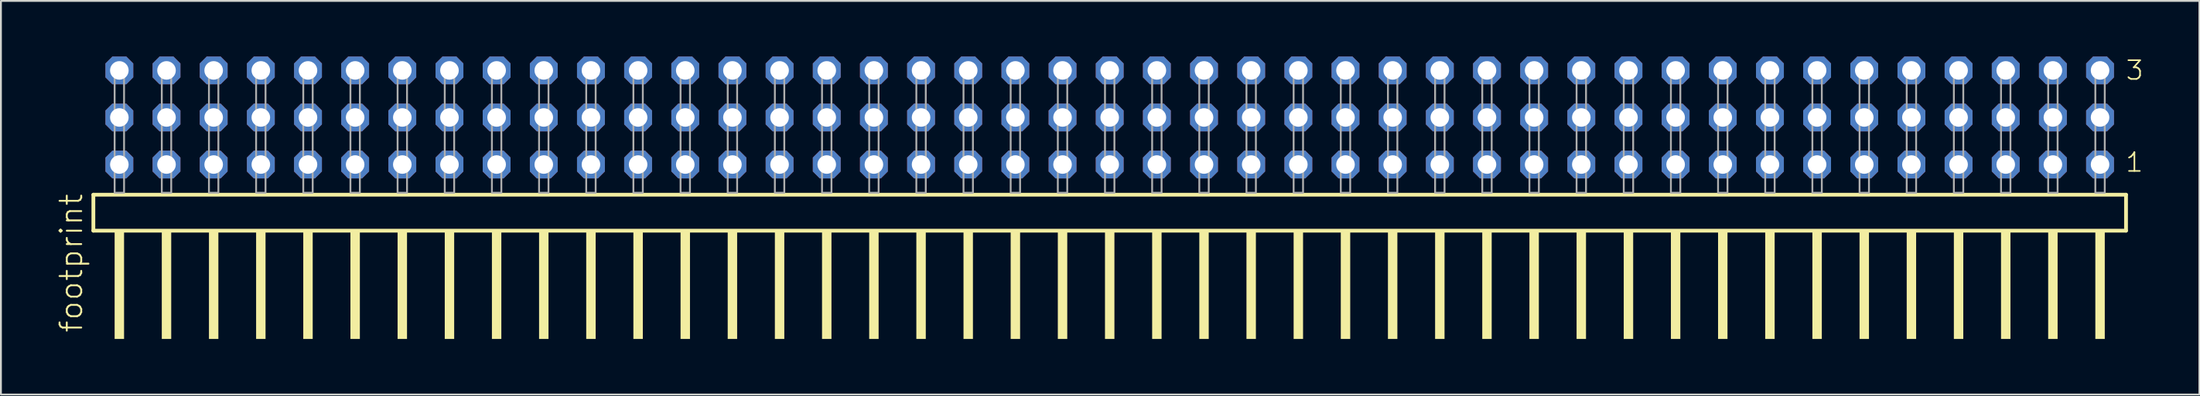
<source format=kicad_pcb>
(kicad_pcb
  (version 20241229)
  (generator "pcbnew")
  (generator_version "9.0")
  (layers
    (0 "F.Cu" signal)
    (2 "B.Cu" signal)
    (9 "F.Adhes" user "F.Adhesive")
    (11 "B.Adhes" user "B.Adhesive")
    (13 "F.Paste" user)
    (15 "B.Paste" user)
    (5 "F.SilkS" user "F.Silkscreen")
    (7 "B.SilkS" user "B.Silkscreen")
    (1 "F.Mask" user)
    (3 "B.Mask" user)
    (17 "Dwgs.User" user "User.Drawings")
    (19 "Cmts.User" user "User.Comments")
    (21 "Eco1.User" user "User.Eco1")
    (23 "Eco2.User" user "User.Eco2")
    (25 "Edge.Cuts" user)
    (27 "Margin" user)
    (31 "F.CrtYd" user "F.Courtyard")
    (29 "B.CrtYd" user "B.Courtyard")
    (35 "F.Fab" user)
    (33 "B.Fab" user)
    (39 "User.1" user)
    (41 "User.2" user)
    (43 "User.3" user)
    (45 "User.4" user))
  (footprint "footprint"
    (layer "F.Cu")
    (at 56.718 7.354)
    (property "Reference" "footprint" (at -55.245 7.62 90) (layer "F.SilkS") (effects (font (size 1.168 1.168) (thickness 0.102)) (justify left bottom)))
    (fp_line (start -54.739 0.106) (end -54.739 2.046) (stroke (width 0.203) (type solid)) (layer "F.SilkS"))
    (fp_line (start -54.739 2.046) (end 54.739 2.046) (stroke (width 0.203) (type solid)) (layer "F.SilkS"))
    (fp_line (start 54.739 0.106) (end -54.739 0.106) (stroke (width 0.203) (type solid)) (layer "F.SilkS"))
    (fp_line (start 54.739 2.046) (end 54.739 0.106) (stroke (width 0.203) (type solid)) (layer "F.SilkS"))
    (fp_poly (pts (xy -53.594 7.89) (xy -53.086 7.89) (xy -53.086 2.04) (xy -53.594 2.04)) (stroke (width 0) (type solid)) (fill yes) (layer "F.SilkS"))
    (fp_poly (pts (xy -51.054 7.89) (xy -50.546 7.89) (xy -50.546 2.04) (xy -51.054 2.04)) (stroke (width 0) (type solid)) (fill yes) (layer "F.SilkS"))
    (fp_poly (pts (xy -48.514 7.89) (xy -48.006 7.89) (xy -48.006 2.04) (xy -48.514 2.04)) (stroke (width 0) (type solid)) (fill yes) (layer "F.SilkS"))
    (fp_poly (pts (xy -45.974 7.89) (xy -45.466 7.89) (xy -45.466 2.04) (xy -45.974 2.04)) (stroke (width 0) (type solid)) (fill yes) (layer "F.SilkS"))
    (fp_poly (pts (xy -43.434 7.89) (xy -42.926 7.89) (xy -42.926 2.04) (xy -43.434 2.04)) (stroke (width 0) (type solid)) (fill yes) (layer "F.SilkS"))
    (fp_poly (pts (xy -40.894 7.89) (xy -40.386 7.89) (xy -40.386 2.04) (xy -40.894 2.04)) (stroke (width 0) (type solid)) (fill yes) (layer "F.SilkS"))
    (fp_poly (pts (xy -38.354 7.89) (xy -37.846 7.89) (xy -37.846 2.04) (xy -38.354 2.04)) (stroke (width 0) (type solid)) (fill yes) (layer "F.SilkS"))
    (fp_poly (pts (xy -35.814 7.89) (xy -35.306 7.89) (xy -35.306 2.04) (xy -35.814 2.04)) (stroke (width 0) (type solid)) (fill yes) (layer "F.SilkS"))
    (fp_poly (pts (xy -33.274 7.89) (xy -32.766 7.89) (xy -32.766 2.04) (xy -33.274 2.04)) (stroke (width 0) (type solid)) (fill yes) (layer "F.SilkS"))
    (fp_poly (pts (xy -30.734 7.89) (xy -30.226 7.89) (xy -30.226 2.04) (xy -30.734 2.04)) (stroke (width 0) (type solid)) (fill yes) (layer "F.SilkS"))
    (fp_poly (pts (xy -28.194 7.89) (xy -27.686 7.89) (xy -27.686 2.04) (xy -28.194 2.04)) (stroke (width 0) (type solid)) (fill yes) (layer "F.SilkS"))
    (fp_poly (pts (xy -25.654 7.89) (xy -25.146 7.89) (xy -25.146 2.04) (xy -25.654 2.04)) (stroke (width 0) (type solid)) (fill yes) (layer "F.SilkS"))
    (fp_poly (pts (xy -23.114 7.89) (xy -22.606 7.89) (xy -22.606 2.04) (xy -23.114 2.04)) (stroke (width 0) (type solid)) (fill yes) (layer "F.SilkS"))
    (fp_poly (pts (xy -20.574 7.89) (xy -20.066 7.89) (xy -20.066 2.04) (xy -20.574 2.04)) (stroke (width 0) (type solid)) (fill yes) (layer "F.SilkS"))
    (fp_poly (pts (xy -18.034 7.89) (xy -17.526 7.89) (xy -17.526 2.04) (xy -18.034 2.04)) (stroke (width 0) (type solid)) (fill yes) (layer "F.SilkS"))
    (fp_poly (pts (xy -15.494 7.89) (xy -14.986 7.89) (xy -14.986 2.04) (xy -15.494 2.04)) (stroke (width 0) (type solid)) (fill yes) (layer "F.SilkS"))
    (fp_poly (pts (xy -12.954 7.89) (xy -12.446 7.89) (xy -12.446 2.04) (xy -12.954 2.04)) (stroke (width 0) (type solid)) (fill yes) (layer "F.SilkS"))
    (fp_poly (pts (xy -10.414 7.89) (xy -9.906 7.89) (xy -9.906 2.04) (xy -10.414 2.04)) (stroke (width 0) (type solid)) (fill yes) (layer "F.SilkS"))
    (fp_poly (pts (xy -7.874 7.89) (xy -7.366 7.89) (xy -7.366 2.04) (xy -7.874 2.04)) (stroke (width 0) (type solid)) (fill yes) (layer "F.SilkS"))
    (fp_poly (pts (xy -5.334 7.89) (xy -4.826 7.89) (xy -4.826 2.04) (xy -5.334 2.04)) (stroke (width 0) (type solid)) (fill yes) (layer "F.SilkS"))
    (fp_poly (pts (xy -2.794 7.89) (xy -2.286 7.89) (xy -2.286 2.04) (xy -2.794 2.04)) (stroke (width 0) (type solid)) (fill yes) (layer "F.SilkS"))
    (fp_poly (pts (xy -0.254 7.89) (xy 0.254 7.89) (xy 0.254 2.04) (xy -0.254 2.04)) (stroke (width 0) (type solid)) (fill yes) (layer "F.SilkS"))
    (fp_poly (pts (xy 2.286 7.89) (xy 2.794 7.89) (xy 2.794 2.04) (xy 2.286 2.04)) (stroke (width 0) (type solid)) (fill yes) (layer "F.SilkS"))
    (fp_poly (pts (xy 4.826 7.89) (xy 5.334 7.89) (xy 5.334 2.04) (xy 4.826 2.04)) (stroke (width 0) (type solid)) (fill yes) (layer "F.SilkS"))
    (fp_poly (pts (xy 7.366 7.89) (xy 7.874 7.89) (xy 7.874 2.04) (xy 7.366 2.04)) (stroke (width 0) (type solid)) (fill yes) (layer "F.SilkS"))
    (fp_poly (pts (xy 9.906 7.89) (xy 10.414 7.89) (xy 10.414 2.04) (xy 9.906 2.04)) (stroke (width 0) (type solid)) (fill yes) (layer "F.SilkS"))
    (fp_poly (pts (xy 12.446 7.89) (xy 12.954 7.89) (xy 12.954 2.04) (xy 12.446 2.04)) (stroke (width 0) (type solid)) (fill yes) (layer "F.SilkS"))
    (fp_poly (pts (xy 14.986 7.89) (xy 15.494 7.89) (xy 15.494 2.04) (xy 14.986 2.04)) (stroke (width 0) (type solid)) (fill yes) (layer "F.SilkS"))
    (fp_poly (pts (xy 17.526 7.89) (xy 18.034 7.89) (xy 18.034 2.04) (xy 17.526 2.04)) (stroke (width 0) (type solid)) (fill yes) (layer "F.SilkS"))
    (fp_poly (pts (xy 20.066 7.89) (xy 20.574 7.89) (xy 20.574 2.04) (xy 20.066 2.04)) (stroke (width 0) (type solid)) (fill yes) (layer "F.SilkS"))
    (fp_poly (pts (xy 22.606 7.89) (xy 23.114 7.89) (xy 23.114 2.04) (xy 22.606 2.04)) (stroke (width 0) (type solid)) (fill yes) (layer "F.SilkS"))
    (fp_poly (pts (xy 25.146 7.89) (xy 25.654 7.89) (xy 25.654 2.04) (xy 25.146 2.04)) (stroke (width 0) (type solid)) (fill yes) (layer "F.SilkS"))
    (fp_poly (pts (xy 27.686 7.89) (xy 28.194 7.89) (xy 28.194 2.04) (xy 27.686 2.04)) (stroke (width 0) (type solid)) (fill yes) (layer "F.SilkS"))
    (fp_poly (pts (xy 30.226 7.89) (xy 30.734 7.89) (xy 30.734 2.04) (xy 30.226 2.04)) (stroke (width 0) (type solid)) (fill yes) (layer "F.SilkS"))
    (fp_poly (pts (xy 32.766 7.89) (xy 33.274 7.89) (xy 33.274 2.04) (xy 32.766 2.04)) (stroke (width 0) (type solid)) (fill yes) (layer "F.SilkS"))
    (fp_poly (pts (xy 35.306 7.89) (xy 35.814 7.89) (xy 35.814 2.04) (xy 35.306 2.04)) (stroke (width 0) (type solid)) (fill yes) (layer "F.SilkS"))
    (fp_poly (pts (xy 37.846 7.89) (xy 38.354 7.89) (xy 38.354 2.04) (xy 37.846 2.04)) (stroke (width 0) (type solid)) (fill yes) (layer "F.SilkS"))
    (fp_poly (pts (xy 40.386 7.89) (xy 40.894 7.89) (xy 40.894 2.04) (xy 40.386 2.04)) (stroke (width 0) (type solid)) (fill yes) (layer "F.SilkS"))
    (fp_poly (pts (xy 42.926 7.89) (xy 43.434 7.89) (xy 43.434 2.04) (xy 42.926 2.04)) (stroke (width 0) (type solid)) (fill yes) (layer "F.SilkS"))
    (fp_poly (pts (xy 45.466 7.89) (xy 45.974 7.89) (xy 45.974 2.04) (xy 45.466 2.04)) (stroke (width 0) (type solid)) (fill yes) (layer "F.SilkS"))
    (fp_poly (pts (xy 48.006 7.89) (xy 48.514 7.89) (xy 48.514 2.04) (xy 48.006 2.04)) (stroke (width 0) (type solid)) (fill yes) (layer "F.SilkS"))
    (fp_poly (pts (xy 50.546 7.89) (xy 51.054 7.89) (xy 51.054 2.04) (xy 50.546 2.04)) (stroke (width 0) (type solid)) (fill yes) (layer "F.SilkS"))
    (fp_poly (pts (xy 53.086 7.89) (xy 53.594 7.89) (xy 53.594 2.04) (xy 53.086 2.04)) (stroke (width 0) (type solid)) (fill yes) (layer "F.SilkS"))
    (fp_poly (pts (xy -53.594 0) (xy -53.086 0) (xy -53.086 -6.858) (xy -53.594 -6.858)) (stroke (width 0.1) (type solid)) (fill no) (layer "F.Fab"))
    (fp_poly (pts (xy -51.054 0) (xy -50.546 0) (xy -50.546 -6.858) (xy -51.054 -6.858)) (stroke (width 0.1) (type solid)) (fill no) (layer "F.Fab"))
    (fp_poly (pts (xy -48.514 0) (xy -48.006 0) (xy -48.006 -6.858) (xy -48.514 -6.858)) (stroke (width 0.1) (type solid)) (fill no) (layer "F.Fab"))
    (fp_poly (pts (xy -45.974 0) (xy -45.466 0) (xy -45.466 -6.858) (xy -45.974 -6.858)) (stroke (width 0.1) (type solid)) (fill no) (layer "F.Fab"))
    (fp_poly (pts (xy -43.434 0) (xy -42.926 0) (xy -42.926 -6.858) (xy -43.434 -6.858)) (stroke (width 0.1) (type solid)) (fill no) (layer "F.Fab"))
    (fp_poly (pts (xy -40.894 0) (xy -40.386 0) (xy -40.386 -6.858) (xy -40.894 -6.858)) (stroke (width 0.1) (type solid)) (fill no) (layer "F.Fab"))
    (fp_poly (pts (xy -38.354 0) (xy -37.846 0) (xy -37.846 -6.858) (xy -38.354 -6.858)) (stroke (width 0.1) (type solid)) (fill no) (layer "F.Fab"))
    (fp_poly (pts (xy -35.814 0) (xy -35.306 0) (xy -35.306 -6.858) (xy -35.814 -6.858)) (stroke (width 0.1) (type solid)) (fill no) (layer "F.Fab"))
    (fp_poly (pts (xy -33.274 0) (xy -32.766 0) (xy -32.766 -6.858) (xy -33.274 -6.858)) (stroke (width 0.1) (type solid)) (fill no) (layer "F.Fab"))
    (fp_poly (pts (xy -30.734 0) (xy -30.226 0) (xy -30.226 -6.858) (xy -30.734 -6.858)) (stroke (width 0.1) (type solid)) (fill no) (layer "F.Fab"))
    (fp_poly (pts (xy -28.194 0) (xy -27.686 0) (xy -27.686 -6.858) (xy -28.194 -6.858)) (stroke (width 0.1) (type solid)) (fill no) (layer "F.Fab"))
    (fp_poly (pts (xy -25.654 0) (xy -25.146 0) (xy -25.146 -6.858) (xy -25.654 -6.858)) (stroke (width 0.1) (type solid)) (fill no) (layer "F.Fab"))
    (fp_poly (pts (xy -23.114 0) (xy -22.606 0) (xy -22.606 -6.858) (xy -23.114 -6.858)) (stroke (width 0.1) (type solid)) (fill no) (layer "F.Fab"))
    (fp_poly (pts (xy -20.574 0) (xy -20.066 0) (xy -20.066 -6.858) (xy -20.574 -6.858)) (stroke (width 0.1) (type solid)) (fill no) (layer "F.Fab"))
    (fp_poly (pts (xy -18.034 0) (xy -17.526 0) (xy -17.526 -6.858) (xy -18.034 -6.858)) (stroke (width 0.1) (type solid)) (fill no) (layer "F.Fab"))
    (fp_poly (pts (xy -15.494 0) (xy -14.986 0) (xy -14.986 -6.858) (xy -15.494 -6.858)) (stroke (width 0.1) (type solid)) (fill no) (layer "F.Fab"))
    (fp_poly (pts (xy -12.954 0) (xy -12.446 0) (xy -12.446 -6.858) (xy -12.954 -6.858)) (stroke (width 0.1) (type solid)) (fill no) (layer "F.Fab"))
    (fp_poly (pts (xy -10.414 0) (xy -9.906 0) (xy -9.906 -6.858) (xy -10.414 -6.858)) (stroke (width 0.1) (type solid)) (fill no) (layer "F.Fab"))
    (fp_poly (pts (xy -7.874 0) (xy -7.366 0) (xy -7.366 -6.858) (xy -7.874 -6.858)) (stroke (width 0.1) (type solid)) (fill no) (layer "F.Fab"))
    (fp_poly (pts (xy -5.334 0) (xy -4.826 0) (xy -4.826 -6.858) (xy -5.334 -6.858)) (stroke (width 0.1) (type solid)) (fill no) (layer "F.Fab"))
    (fp_poly (pts (xy -2.794 0) (xy -2.286 0) (xy -2.286 -6.858) (xy -2.794 -6.858)) (stroke (width 0.1) (type solid)) (fill no) (layer "F.Fab"))
    (fp_poly (pts (xy -0.254 0) (xy 0.254 0) (xy 0.254 -6.858) (xy -0.254 -6.858)) (stroke (width 0.1) (type solid)) (fill no) (layer "F.Fab"))
    (fp_poly (pts (xy 2.286 0) (xy 2.794 0) (xy 2.794 -6.858) (xy 2.286 -6.858)) (stroke (width 0.1) (type solid)) (fill no) (layer "F.Fab"))
    (fp_poly (pts (xy 4.826 0) (xy 5.334 0) (xy 5.334 -6.858) (xy 4.826 -6.858)) (stroke (width 0.1) (type solid)) (fill no) (layer "F.Fab"))
    (fp_poly (pts (xy 7.366 0) (xy 7.874 0) (xy 7.874 -6.858) (xy 7.366 -6.858)) (stroke (width 0.1) (type solid)) (fill no) (layer "F.Fab"))
    (fp_poly (pts (xy 9.906 0) (xy 10.414 0) (xy 10.414 -6.858) (xy 9.906 -6.858)) (stroke (width 0.1) (type solid)) (fill no) (layer "F.Fab"))
    (fp_poly (pts (xy 12.446 0) (xy 12.954 0) (xy 12.954 -6.858) (xy 12.446 -6.858)) (stroke (width 0.1) (type solid)) (fill no) (layer "F.Fab"))
    (fp_poly (pts (xy 14.986 0) (xy 15.494 0) (xy 15.494 -6.858) (xy 14.986 -6.858)) (stroke (width 0.1) (type solid)) (fill no) (layer "F.Fab"))
    (fp_poly (pts (xy 17.526 0) (xy 18.034 0) (xy 18.034 -6.858) (xy 17.526 -6.858)) (stroke (width 0.1) (type solid)) (fill no) (layer "F.Fab"))
    (fp_poly (pts (xy 20.066 0) (xy 20.574 0) (xy 20.574 -6.858) (xy 20.066 -6.858)) (stroke (width 0.1) (type solid)) (fill no) (layer "F.Fab"))
    (fp_poly (pts (xy 22.606 0) (xy 23.114 0) (xy 23.114 -6.858) (xy 22.606 -6.858)) (stroke (width 0.1) (type solid)) (fill no) (layer "F.Fab"))
    (fp_poly (pts (xy 25.146 0) (xy 25.654 0) (xy 25.654 -6.858) (xy 25.146 -6.858)) (stroke (width 0.1) (type solid)) (fill no) (layer "F.Fab"))
    (fp_poly (pts (xy 27.686 0) (xy 28.194 0) (xy 28.194 -6.858) (xy 27.686 -6.858)) (stroke (width 0.1) (type solid)) (fill no) (layer "F.Fab"))
    (fp_poly (pts (xy 30.226 0) (xy 30.734 0) (xy 30.734 -6.858) (xy 30.226 -6.858)) (stroke (width 0.1) (type solid)) (fill no) (layer "F.Fab"))
    (fp_poly (pts (xy 32.766 0) (xy 33.274 0) (xy 33.274 -6.858) (xy 32.766 -6.858)) (stroke (width 0.1) (type solid)) (fill no) (layer "F.Fab"))
    (fp_poly (pts (xy 35.306 0) (xy 35.814 0) (xy 35.814 -6.858) (xy 35.306 -6.858)) (stroke (width 0.1) (type solid)) (fill no) (layer "F.Fab"))
    (fp_poly (pts (xy 37.846 0) (xy 38.354 0) (xy 38.354 -6.858) (xy 37.846 -6.858)) (stroke (width 0.1) (type solid)) (fill no) (layer "F.Fab"))
    (fp_poly (pts (xy 40.386 0) (xy 40.894 0) (xy 40.894 -6.858) (xy 40.386 -6.858)) (stroke (width 0.1) (type solid)) (fill no) (layer "F.Fab"))
    (fp_poly (pts (xy 42.926 0) (xy 43.434 0) (xy 43.434 -6.858) (xy 42.926 -6.858)) (stroke (width 0.1) (type solid)) (fill no) (layer "F.Fab"))
    (fp_poly (pts (xy 45.466 0) (xy 45.974 0) (xy 45.974 -6.858) (xy 45.466 -6.858)) (stroke (width 0.1) (type solid)) (fill no) (layer "F.Fab"))
    (fp_poly (pts (xy 48.006 0) (xy 48.514 0) (xy 48.514 -6.858) (xy 48.006 -6.858)) (stroke (width 0.1) (type solid)) (fill no) (layer "F.Fab"))
    (fp_poly (pts (xy 50.546 0) (xy 51.054 0) (xy 51.054 -6.858) (xy 50.546 -6.858)) (stroke (width 0.1) (type solid)) (fill no) (layer "F.Fab"))
    (fp_poly (pts (xy 53.086 0) (xy 53.594 0) (xy 53.594 -6.858) (xy 53.086 -6.858)) (stroke (width 0.1) (type solid)) (fill no) (layer "F.Fab"))
    (fp_text user "1" (at 54.65 -1.05 0) (layer "F.SilkS") (effects (font (size 1.012 1.012) (thickness 0.088)) (justify left bottom)))
    (fp_text user "3" (at 54.665 -6.015 0) (layer "F.SilkS") (effects (font (size 1.012 1.012) (thickness 0.088)) (justify left bottom)))
    (pad "1" thru_hole roundrect (at 53.34 -1.524 180) (size 1.5 1.5) (drill 1) (layers "*.Cu" "*.Mask") (roundrect_rratio 0.25) (chamfer_ratio 0.25) (chamfer top_left top_right bottom_left bottom_right))
    (pad "2" thru_hole roundrect (at 53.34 -4.064 180) (size 1.5 1.5) (drill 1) (layers "*.Cu" "*.Mask") (roundrect_rratio 0.25) (chamfer_ratio 0.25) (chamfer top_left top_right bottom_left bottom_right))
    (pad "3" thru_hole roundrect (at 53.34 -6.604 180) (size 1.5 1.5) (drill 1) (layers "*.Cu" "*.Mask") (roundrect_rratio 0.25) (chamfer_ratio 0.25) (chamfer top_left top_right bottom_left bottom_right))
    (pad "4" thru_hole roundrect (at 50.8 -1.524 180) (size 1.5 1.5) (drill 1) (layers "*.Cu" "*.Mask") (roundrect_rratio 0.25) (chamfer_ratio 0.25) (chamfer top_left top_right bottom_left bottom_right))
    (pad "5" thru_hole roundrect (at 50.8 -4.064 180) (size 1.5 1.5) (drill 1) (layers "*.Cu" "*.Mask") (roundrect_rratio 0.25) (chamfer_ratio 0.25) (chamfer top_left top_right bottom_left bottom_right))
    (pad "6" thru_hole roundrect (at 50.8 -6.604 180) (size 1.5 1.5) (drill 1) (layers "*.Cu" "*.Mask") (roundrect_rratio 0.25) (chamfer_ratio 0.25) (chamfer top_left top_right bottom_left bottom_right))
    (pad "7" thru_hole roundrect (at 48.26 -1.524 180) (size 1.5 1.5) (drill 1) (layers "*.Cu" "*.Mask") (roundrect_rratio 0.25) (chamfer_ratio 0.25) (chamfer top_left top_right bottom_left bottom_right))
    (pad "8" thru_hole roundrect (at 48.26 -4.064 180) (size 1.5 1.5) (drill 1) (layers "*.Cu" "*.Mask") (roundrect_rratio 0.25) (chamfer_ratio 0.25) (chamfer top_left top_right bottom_left bottom_right))
    (pad "9" thru_hole roundrect (at 48.26 -6.604 180) (size 1.5 1.5) (drill 1) (layers "*.Cu" "*.Mask") (roundrect_rratio 0.25) (chamfer_ratio 0.25) (chamfer top_left top_right bottom_left bottom_right))
    (pad "10" thru_hole roundrect (at 45.72 -1.524 180) (size 1.5 1.5) (drill 1) (layers "*.Cu" "*.Mask") (roundrect_rratio 0.25) (chamfer_ratio 0.25) (chamfer top_left top_right bottom_left bottom_right))
    (pad "11" thru_hole roundrect (at 45.72 -4.064 180) (size 1.5 1.5) (drill 1) (layers "*.Cu" "*.Mask") (roundrect_rratio 0.25) (chamfer_ratio 0.25) (chamfer top_left top_right bottom_left bottom_right))
    (pad "12" thru_hole roundrect (at 45.72 -6.604 180) (size 1.5 1.5) (drill 1) (layers "*.Cu" "*.Mask") (roundrect_rratio 0.25) (chamfer_ratio 0.25) (chamfer top_left top_right bottom_left bottom_right))
    (pad "13" thru_hole roundrect (at 43.18 -1.524 180) (size 1.5 1.5) (drill 1) (layers "*.Cu" "*.Mask") (roundrect_rratio 0.25) (chamfer_ratio 0.25) (chamfer top_left top_right bottom_left bottom_right))
    (pad "14" thru_hole roundrect (at 43.18 -4.064 180) (size 1.5 1.5) (drill 1) (layers "*.Cu" "*.Mask") (roundrect_rratio 0.25) (chamfer_ratio 0.25) (chamfer top_left top_right bottom_left bottom_right))
    (pad "15" thru_hole roundrect (at 43.18 -6.604 180) (size 1.5 1.5) (drill 1) (layers "*.Cu" "*.Mask") (roundrect_rratio 0.25) (chamfer_ratio 0.25) (chamfer top_left top_right bottom_left bottom_right))
    (pad "16" thru_hole roundrect (at 40.64 -1.524 180) (size 1.5 1.5) (drill 1) (layers "*.Cu" "*.Mask") (roundrect_rratio 0.25) (chamfer_ratio 0.25) (chamfer top_left top_right bottom_left bottom_right))
    (pad "17" thru_hole roundrect (at 40.64 -4.064 180) (size 1.5 1.5) (drill 1) (layers "*.Cu" "*.Mask") (roundrect_rratio 0.25) (chamfer_ratio 0.25) (chamfer top_left top_right bottom_left bottom_right))
    (pad "18" thru_hole roundrect (at 40.64 -6.604 180) (size 1.5 1.5) (drill 1) (layers "*.Cu" "*.Mask") (roundrect_rratio 0.25) (chamfer_ratio 0.25) (chamfer top_left top_right bottom_left bottom_right))
    (pad "19" thru_hole roundrect (at 38.1 -1.524 180) (size 1.5 1.5) (drill 1) (layers "*.Cu" "*.Mask") (roundrect_rratio 0.25) (chamfer_ratio 0.25) (chamfer top_left top_right bottom_left bottom_right))
    (pad "20" thru_hole roundrect (at 38.1 -4.064 180) (size 1.5 1.5) (drill 1) (layers "*.Cu" "*.Mask") (roundrect_rratio 0.25) (chamfer_ratio 0.25) (chamfer top_left top_right bottom_left bottom_right))
    (pad "21" thru_hole roundrect (at 38.1 -6.604 180) (size 1.5 1.5) (drill 1) (layers "*.Cu" "*.Mask") (roundrect_rratio 0.25) (chamfer_ratio 0.25) (chamfer top_left top_right bottom_left bottom_right))
    (pad "22" thru_hole roundrect (at 35.56 -1.524 180) (size 1.5 1.5) (drill 1) (layers "*.Cu" "*.Mask") (roundrect_rratio 0.25) (chamfer_ratio 0.25) (chamfer top_left top_right bottom_left bottom_right))
    (pad "23" thru_hole roundrect (at 35.56 -4.064 180) (size 1.5 1.5) (drill 1) (layers "*.Cu" "*.Mask") (roundrect_rratio 0.25) (chamfer_ratio 0.25) (chamfer top_left top_right bottom_left bottom_right))
    (pad "24" thru_hole roundrect (at 35.56 -6.604 180) (size 1.5 1.5) (drill 1) (layers "*.Cu" "*.Mask") (roundrect_rratio 0.25) (chamfer_ratio 0.25) (chamfer top_left top_right bottom_left bottom_right))
    (pad "25" thru_hole roundrect (at 33.02 -1.524 180) (size 1.5 1.5) (drill 1) (layers "*.Cu" "*.Mask") (roundrect_rratio 0.25) (chamfer_ratio 0.25) (chamfer top_left top_right bottom_left bottom_right))
    (pad "26" thru_hole roundrect (at 33.02 -4.064 180) (size 1.5 1.5) (drill 1) (layers "*.Cu" "*.Mask") (roundrect_rratio 0.25) (chamfer_ratio 0.25) (chamfer top_left top_right bottom_left bottom_right))
    (pad "27" thru_hole roundrect (at 33.02 -6.604 180) (size 1.5 1.5) (drill 1) (layers "*.Cu" "*.Mask") (roundrect_rratio 0.25) (chamfer_ratio 0.25) (chamfer top_left top_right bottom_left bottom_right))
    (pad "28" thru_hole roundrect (at 30.48 -1.524 180) (size 1.5 1.5) (drill 1) (layers "*.Cu" "*.Mask") (roundrect_rratio 0.25) (chamfer_ratio 0.25) (chamfer top_left top_right bottom_left bottom_right))
    (pad "29" thru_hole roundrect (at 30.48 -4.064 180) (size 1.5 1.5) (drill 1) (layers "*.Cu" "*.Mask") (roundrect_rratio 0.25) (chamfer_ratio 0.25) (chamfer top_left top_right bottom_left bottom_right))
    (pad "30" thru_hole roundrect (at 30.48 -6.604 180) (size 1.5 1.5) (drill 1) (layers "*.Cu" "*.Mask") (roundrect_rratio 0.25) (chamfer_ratio 0.25) (chamfer top_left top_right bottom_left bottom_right))
    (pad "31" thru_hole roundrect (at 27.94 -1.524 180) (size 1.5 1.5) (drill 1) (layers "*.Cu" "*.Mask") (roundrect_rratio 0.25) (chamfer_ratio 0.25) (chamfer top_left top_right bottom_left bottom_right))
    (pad "32" thru_hole roundrect (at 27.94 -4.064 180) (size 1.5 1.5) (drill 1) (layers "*.Cu" "*.Mask") (roundrect_rratio 0.25) (chamfer_ratio 0.25) (chamfer top_left top_right bottom_left bottom_right))
    (pad "33" thru_hole roundrect (at 27.94 -6.604 180) (size 1.5 1.5) (drill 1) (layers "*.Cu" "*.Mask") (roundrect_rratio 0.25) (chamfer_ratio 0.25) (chamfer top_left top_right bottom_left bottom_right))
    (pad "34" thru_hole roundrect (at 25.4 -1.524 180) (size 1.5 1.5) (drill 1) (layers "*.Cu" "*.Mask") (roundrect_rratio 0.25) (chamfer_ratio 0.25) (chamfer top_left top_right bottom_left bottom_right))
    (pad "35" thru_hole roundrect (at 25.4 -4.064 180) (size 1.5 1.5) (drill 1) (layers "*.Cu" "*.Mask") (roundrect_rratio 0.25) (chamfer_ratio 0.25) (chamfer top_left top_right bottom_left bottom_right))
    (pad "36" thru_hole roundrect (at 25.4 -6.604 180) (size 1.5 1.5) (drill 1) (layers "*.Cu" "*.Mask") (roundrect_rratio 0.25) (chamfer_ratio 0.25) (chamfer top_left top_right bottom_left bottom_right))
    (pad "37" thru_hole roundrect (at 22.86 -1.524 180) (size 1.5 1.5) (drill 1) (layers "*.Cu" "*.Mask") (roundrect_rratio 0.25) (chamfer_ratio 0.25) (chamfer top_left top_right bottom_left bottom_right))
    (pad "38" thru_hole roundrect (at 22.86 -4.064 180) (size 1.5 1.5) (drill 1) (layers "*.Cu" "*.Mask") (roundrect_rratio 0.25) (chamfer_ratio 0.25) (chamfer top_left top_right bottom_left bottom_right))
    (pad "39" thru_hole roundrect (at 22.86 -6.604 180) (size 1.5 1.5) (drill 1) (layers "*.Cu" "*.Mask") (roundrect_rratio 0.25) (chamfer_ratio 0.25) (chamfer top_left top_right bottom_left bottom_right))
    (pad "40" thru_hole roundrect (at 20.32 -1.524 180) (size 1.5 1.5) (drill 1) (layers "*.Cu" "*.Mask") (roundrect_rratio 0.25) (chamfer_ratio 0.25) (chamfer top_left top_right bottom_left bottom_right))
    (pad "41" thru_hole roundrect (at 20.32 -4.064 180) (size 1.5 1.5) (drill 1) (layers "*.Cu" "*.Mask") (roundrect_rratio 0.25) (chamfer_ratio 0.25) (chamfer top_left top_right bottom_left bottom_right))
    (pad "42" thru_hole roundrect (at 20.32 -6.604 180) (size 1.5 1.5) (drill 1) (layers "*.Cu" "*.Mask") (roundrect_rratio 0.25) (chamfer_ratio 0.25) (chamfer top_left top_right bottom_left bottom_right))
    (pad "43" thru_hole roundrect (at 17.78 -1.524 180) (size 1.5 1.5) (drill 1) (layers "*.Cu" "*.Mask") (roundrect_rratio 0.25) (chamfer_ratio 0.25) (chamfer top_left top_right bottom_left bottom_right))
    (pad "44" thru_hole roundrect (at 17.78 -4.064 180) (size 1.5 1.5) (drill 1) (layers "*.Cu" "*.Mask") (roundrect_rratio 0.25) (chamfer_ratio 0.25) (chamfer top_left top_right bottom_left bottom_right))
    (pad "45" thru_hole roundrect (at 17.78 -6.604 180) (size 1.5 1.5) (drill 1) (layers "*.Cu" "*.Mask") (roundrect_rratio 0.25) (chamfer_ratio 0.25) (chamfer top_left top_right bottom_left bottom_right))
    (pad "46" thru_hole roundrect (at 15.24 -1.524 180) (size 1.5 1.5) (drill 1) (layers "*.Cu" "*.Mask") (roundrect_rratio 0.25) (chamfer_ratio 0.25) (chamfer top_left top_right bottom_left bottom_right))
    (pad "47" thru_hole roundrect (at 15.24 -4.064 180) (size 1.5 1.5) (drill 1) (layers "*.Cu" "*.Mask") (roundrect_rratio 0.25) (chamfer_ratio 0.25) (chamfer top_left top_right bottom_left bottom_right))
    (pad "48" thru_hole roundrect (at 15.24 -6.604 180) (size 1.5 1.5) (drill 1) (layers "*.Cu" "*.Mask") (roundrect_rratio 0.25) (chamfer_ratio 0.25) (chamfer top_left top_right bottom_left bottom_right))
    (pad "49" thru_hole roundrect (at 12.7 -1.524 180) (size 1.5 1.5) (drill 1) (layers "*.Cu" "*.Mask") (roundrect_rratio 0.25) (chamfer_ratio 0.25) (chamfer top_left top_right bottom_left bottom_right))
    (pad "50" thru_hole roundrect (at 12.7 -4.064 180) (size 1.5 1.5) (drill 1) (layers "*.Cu" "*.Mask") (roundrect_rratio 0.25) (chamfer_ratio 0.25) (chamfer top_left top_right bottom_left bottom_right))
    (pad "51" thru_hole roundrect (at 12.7 -6.604 180) (size 1.5 1.5) (drill 1) (layers "*.Cu" "*.Mask") (roundrect_rratio 0.25) (chamfer_ratio 0.25) (chamfer top_left top_right bottom_left bottom_right))
    (pad "52" thru_hole roundrect (at 10.16 -1.524 180) (size 1.5 1.5) (drill 1) (layers "*.Cu" "*.Mask") (roundrect_rratio 0.25) (chamfer_ratio 0.25) (chamfer top_left top_right bottom_left bottom_right))
    (pad "53" thru_hole roundrect (at 10.16 -4.064 180) (size 1.5 1.5) (drill 1) (layers "*.Cu" "*.Mask") (roundrect_rratio 0.25) (chamfer_ratio 0.25) (chamfer top_left top_right bottom_left bottom_right))
    (pad "54" thru_hole roundrect (at 10.16 -6.604 180) (size 1.5 1.5) (drill 1) (layers "*.Cu" "*.Mask") (roundrect_rratio 0.25) (chamfer_ratio 0.25) (chamfer top_left top_right bottom_left bottom_right))
    (pad "55" thru_hole roundrect (at 7.62 -1.524 180) (size 1.5 1.5) (drill 1) (layers "*.Cu" "*.Mask") (roundrect_rratio 0.25) (chamfer_ratio 0.25) (chamfer top_left top_right bottom_left bottom_right))
    (pad "56" thru_hole roundrect (at 7.62 -4.064 180) (size 1.5 1.5) (drill 1) (layers "*.Cu" "*.Mask") (roundrect_rratio 0.25) (chamfer_ratio 0.25) (chamfer top_left top_right bottom_left bottom_right))
    (pad "57" thru_hole roundrect (at 7.62 -6.604 180) (size 1.5 1.5) (drill 1) (layers "*.Cu" "*.Mask") (roundrect_rratio 0.25) (chamfer_ratio 0.25) (chamfer top_left top_right bottom_left bottom_right))
    (pad "58" thru_hole roundrect (at 5.08 -1.524 180) (size 1.5 1.5) (drill 1) (layers "*.Cu" "*.Mask") (roundrect_rratio 0.25) (chamfer_ratio 0.25) (chamfer top_left top_right bottom_left bottom_right))
    (pad "59" thru_hole roundrect (at 5.08 -4.064 180) (size 1.5 1.5) (drill 1) (layers "*.Cu" "*.Mask") (roundrect_rratio 0.25) (chamfer_ratio 0.25) (chamfer top_left top_right bottom_left bottom_right))
    (pad "60" thru_hole roundrect (at 5.08 -6.604 180) (size 1.5 1.5) (drill 1) (layers "*.Cu" "*.Mask") (roundrect_rratio 0.25) (chamfer_ratio 0.25) (chamfer top_left top_right bottom_left bottom_right))
    (pad "61" thru_hole roundrect (at 2.54 -1.524 180) (size 1.5 1.5) (drill 1) (layers "*.Cu" "*.Mask") (roundrect_rratio 0.25) (chamfer_ratio 0.25) (chamfer top_left top_right bottom_left bottom_right))
    (pad "62" thru_hole roundrect (at 2.54 -4.064 180) (size 1.5 1.5) (drill 1) (layers "*.Cu" "*.Mask") (roundrect_rratio 0.25) (chamfer_ratio 0.25) (chamfer top_left top_right bottom_left bottom_right))
    (pad "63" thru_hole roundrect (at 2.54 -6.604 180) (size 1.5 1.5) (drill 1) (layers "*.Cu" "*.Mask") (roundrect_rratio 0.25) (chamfer_ratio 0.25) (chamfer top_left top_right bottom_left bottom_right))
    (pad "64" thru_hole roundrect (at 0 -1.524 180) (size 1.5 1.5) (drill 1) (layers "*.Cu" "*.Mask") (roundrect_rratio 0.25) (chamfer_ratio 0.25) (chamfer top_left top_right bottom_left bottom_right))
    (pad "65" thru_hole roundrect (at 0 -4.064 180) (size 1.5 1.5) (drill 1) (layers "*.Cu" "*.Mask") (roundrect_rratio 0.25) (chamfer_ratio 0.25) (chamfer top_left top_right bottom_left bottom_right))
    (pad "66" thru_hole roundrect (at 0 -6.604 180) (size 1.5 1.5) (drill 1) (layers "*.Cu" "*.Mask") (roundrect_rratio 0.25) (chamfer_ratio 0.25) (chamfer top_left top_right bottom_left bottom_right))
    (pad "67" thru_hole roundrect (at -2.54 -1.524 180) (size 1.5 1.5) (drill 1) (layers "*.Cu" "*.Mask") (roundrect_rratio 0.25) (chamfer_ratio 0.25) (chamfer top_left top_right bottom_left bottom_right))
    (pad "68" thru_hole roundrect (at -2.54 -4.064 180) (size 1.5 1.5) (drill 1) (layers "*.Cu" "*.Mask") (roundrect_rratio 0.25) (chamfer_ratio 0.25) (chamfer top_left top_right bottom_left bottom_right))
    (pad "69" thru_hole roundrect (at -2.54 -6.604 180) (size 1.5 1.5) (drill 1) (layers "*.Cu" "*.Mask") (roundrect_rratio 0.25) (chamfer_ratio 0.25) (chamfer top_left top_right bottom_left bottom_right))
    (pad "70" thru_hole roundrect (at -5.08 -1.524 180) (size 1.5 1.5) (drill 1) (layers "*.Cu" "*.Mask") (roundrect_rratio 0.25) (chamfer_ratio 0.25) (chamfer top_left top_right bottom_left bottom_right))
    (pad "71" thru_hole roundrect (at -5.08 -4.064 180) (size 1.5 1.5) (drill 1) (layers "*.Cu" "*.Mask") (roundrect_rratio 0.25) (chamfer_ratio 0.25) (chamfer top_left top_right bottom_left bottom_right))
    (pad "72" thru_hole roundrect (at -5.08 -6.604 180) (size 1.5 1.5) (drill 1) (layers "*.Cu" "*.Mask") (roundrect_rratio 0.25) (chamfer_ratio 0.25) (chamfer top_left top_right bottom_left bottom_right))
    (pad "73" thru_hole roundrect (at -7.62 -1.524 180) (size 1.5 1.5) (drill 1) (layers "*.Cu" "*.Mask") (roundrect_rratio 0.25) (chamfer_ratio 0.25) (chamfer top_left top_right bottom_left bottom_right))
    (pad "74" thru_hole roundrect (at -7.62 -4.064 180) (size 1.5 1.5) (drill 1) (layers "*.Cu" "*.Mask") (roundrect_rratio 0.25) (chamfer_ratio 0.25) (chamfer top_left top_right bottom_left bottom_right))
    (pad "75" thru_hole roundrect (at -7.62 -6.604 180) (size 1.5 1.5) (drill 1) (layers "*.Cu" "*.Mask") (roundrect_rratio 0.25) (chamfer_ratio 0.25) (chamfer top_left top_right bottom_left bottom_right))
    (pad "76" thru_hole roundrect (at -10.16 -1.524 180) (size 1.5 1.5) (drill 1) (layers "*.Cu" "*.Mask") (roundrect_rratio 0.25) (chamfer_ratio 0.25) (chamfer top_left top_right bottom_left bottom_right))
    (pad "77" thru_hole roundrect (at -10.16 -4.064 180) (size 1.5 1.5) (drill 1) (layers "*.Cu" "*.Mask") (roundrect_rratio 0.25) (chamfer_ratio 0.25) (chamfer top_left top_right bottom_left bottom_right))
    (pad "78" thru_hole roundrect (at -10.16 -6.604 180) (size 1.5 1.5) (drill 1) (layers "*.Cu" "*.Mask") (roundrect_rratio 0.25) (chamfer_ratio 0.25) (chamfer top_left top_right bottom_left bottom_right))
    (pad "79" thru_hole roundrect (at -12.7 -1.524 180) (size 1.5 1.5) (drill 1) (layers "*.Cu" "*.Mask") (roundrect_rratio 0.25) (chamfer_ratio 0.25) (chamfer top_left top_right bottom_left bottom_right))
    (pad "80" thru_hole roundrect (at -12.7 -4.064 180) (size 1.5 1.5) (drill 1) (layers "*.Cu" "*.Mask") (roundrect_rratio 0.25) (chamfer_ratio 0.25) (chamfer top_left top_right bottom_left bottom_right))
    (pad "81" thru_hole roundrect (at -12.7 -6.604 180) (size 1.5 1.5) (drill 1) (layers "*.Cu" "*.Mask") (roundrect_rratio 0.25) (chamfer_ratio 0.25) (chamfer top_left top_right bottom_left bottom_right))
    (pad "82" thru_hole roundrect (at -15.24 -1.524 180) (size 1.5 1.5) (drill 1) (layers "*.Cu" "*.Mask") (roundrect_rratio 0.25) (chamfer_ratio 0.25) (chamfer top_left top_right bottom_left bottom_right))
    (pad "83" thru_hole roundrect (at -15.24 -4.064 180) (size 1.5 1.5) (drill 1) (layers "*.Cu" "*.Mask") (roundrect_rratio 0.25) (chamfer_ratio 0.25) (chamfer top_left top_right bottom_left bottom_right))
    (pad "84" thru_hole roundrect (at -15.24 -6.604 180) (size 1.5 1.5) (drill 1) (layers "*.Cu" "*.Mask") (roundrect_rratio 0.25) (chamfer_ratio 0.25) (chamfer top_left top_right bottom_left bottom_right))
    (pad "85" thru_hole roundrect (at -17.78 -1.524 180) (size 1.5 1.5) (drill 1) (layers "*.Cu" "*.Mask") (roundrect_rratio 0.25) (chamfer_ratio 0.25) (chamfer top_left top_right bottom_left bottom_right))
    (pad "86" thru_hole roundrect (at -17.78 -4.064 180) (size 1.5 1.5) (drill 1) (layers "*.Cu" "*.Mask") (roundrect_rratio 0.25) (chamfer_ratio 0.25) (chamfer top_left top_right bottom_left bottom_right))
    (pad "87" thru_hole roundrect (at -17.78 -6.604 180) (size 1.5 1.5) (drill 1) (layers "*.Cu" "*.Mask") (roundrect_rratio 0.25) (chamfer_ratio 0.25) (chamfer top_left top_right bottom_left bottom_right))
    (pad "88" thru_hole roundrect (at -20.32 -1.524 180) (size 1.5 1.5) (drill 1) (layers "*.Cu" "*.Mask") (roundrect_rratio 0.25) (chamfer_ratio 0.25) (chamfer top_left top_right bottom_left bottom_right))
    (pad "89" thru_hole roundrect (at -20.32 -4.064 180) (size 1.5 1.5) (drill 1) (layers "*.Cu" "*.Mask") (roundrect_rratio 0.25) (chamfer_ratio 0.25) (chamfer top_left top_right bottom_left bottom_right))
    (pad "90" thru_hole roundrect (at -20.32 -6.604 180) (size 1.5 1.5) (drill 1) (layers "*.Cu" "*.Mask") (roundrect_rratio 0.25) (chamfer_ratio 0.25) (chamfer top_left top_right bottom_left bottom_right))
    (pad "91" thru_hole roundrect (at -22.86 -1.524 180) (size 1.5 1.5) (drill 1) (layers "*.Cu" "*.Mask") (roundrect_rratio 0.25) (chamfer_ratio 0.25) (chamfer top_left top_right bottom_left bottom_right))
    (pad "92" thru_hole roundrect (at -22.86 -4.064 180) (size 1.5 1.5) (drill 1) (layers "*.Cu" "*.Mask") (roundrect_rratio 0.25) (chamfer_ratio 0.25) (chamfer top_left top_right bottom_left bottom_right))
    (pad "93" thru_hole roundrect (at -22.86 -6.604 180) (size 1.5 1.5) (drill 1) (layers "*.Cu" "*.Mask") (roundrect_rratio 0.25) (chamfer_ratio 0.25) (chamfer top_left top_right bottom_left bottom_right))
    (pad "94" thru_hole roundrect (at -25.4 -1.524 180) (size 1.5 1.5) (drill 1) (layers "*.Cu" "*.Mask") (roundrect_rratio 0.25) (chamfer_ratio 0.25) (chamfer top_left top_right bottom_left bottom_right))
    (pad "95" thru_hole roundrect (at -25.4 -4.064 180) (size 1.5 1.5) (drill 1) (layers "*.Cu" "*.Mask") (roundrect_rratio 0.25) (chamfer_ratio 0.25) (chamfer top_left top_right bottom_left bottom_right))
    (pad "96" thru_hole roundrect (at -25.4 -6.604 180) (size 1.5 1.5) (drill 1) (layers "*.Cu" "*.Mask") (roundrect_rratio 0.25) (chamfer_ratio 0.25) (chamfer top_left top_right bottom_left bottom_right))
    (pad "97" thru_hole roundrect (at -27.94 -1.524 180) (size 1.5 1.5) (drill 1) (layers "*.Cu" "*.Mask") (roundrect_rratio 0.25) (chamfer_ratio 0.25) (chamfer top_left top_right bottom_left bottom_right))
    (pad "98" thru_hole roundrect (at -27.94 -4.064 180) (size 1.5 1.5) (drill 1) (layers "*.Cu" "*.Mask") (roundrect_rratio 0.25) (chamfer_ratio 0.25) (chamfer top_left top_right bottom_left bottom_right))
    (pad "99" thru_hole roundrect (at -27.94 -6.604 180) (size 1.5 1.5) (drill 1) (layers "*.Cu" "*.Mask") (roundrect_rratio 0.25) (chamfer_ratio 0.25) (chamfer top_left top_right bottom_left bottom_right))
    (pad "100" thru_hole roundrect (at -30.48 -1.524 180) (size 1.5 1.5) (drill 1) (layers "*.Cu" "*.Mask") (roundrect_rratio 0.25) (chamfer_ratio 0.25) (chamfer top_left top_right bottom_left bottom_right))
    (pad "101" thru_hole roundrect (at -30.48 -4.064 180) (size 1.5 1.5) (drill 1) (layers "*.Cu" "*.Mask") (roundrect_rratio 0.25) (chamfer_ratio 0.25) (chamfer top_left top_right bottom_left bottom_right))
    (pad "102" thru_hole roundrect (at -30.48 -6.604 180) (size 1.5 1.5) (drill 1) (layers "*.Cu" "*.Mask") (roundrect_rratio 0.25) (chamfer_ratio 0.25) (chamfer top_left top_right bottom_left bottom_right))
    (pad "103" thru_hole roundrect (at -33.02 -1.524 180) (size 1.5 1.5) (drill 1) (layers "*.Cu" "*.Mask") (roundrect_rratio 0.25) (chamfer_ratio 0.25) (chamfer top_left top_right bottom_left bottom_right))
    (pad "104" thru_hole roundrect (at -33.02 -4.064 180) (size 1.5 1.5) (drill 1) (layers "*.Cu" "*.Mask") (roundrect_rratio 0.25) (chamfer_ratio 0.25) (chamfer top_left top_right bottom_left bottom_right))
    (pad "105" thru_hole roundrect (at -33.02 -6.604 180) (size 1.5 1.5) (drill 1) (layers "*.Cu" "*.Mask") (roundrect_rratio 0.25) (chamfer_ratio 0.25) (chamfer top_left top_right bottom_left bottom_right))
    (pad "106" thru_hole roundrect (at -35.56 -1.524 180) (size 1.5 1.5) (drill 1) (layers "*.Cu" "*.Mask") (roundrect_rratio 0.25) (chamfer_ratio 0.25) (chamfer top_left top_right bottom_left bottom_right))
    (pad "107" thru_hole roundrect (at -35.56 -4.064 180) (size 1.5 1.5) (drill 1) (layers "*.Cu" "*.Mask") (roundrect_rratio 0.25) (chamfer_ratio 0.25) (chamfer top_left top_right bottom_left bottom_right))
    (pad "108" thru_hole roundrect (at -35.56 -6.604 180) (size 1.5 1.5) (drill 1) (layers "*.Cu" "*.Mask") (roundrect_rratio 0.25) (chamfer_ratio 0.25) (chamfer top_left top_right bottom_left bottom_right))
    (pad "109" thru_hole roundrect (at -38.1 -1.524 180) (size 1.5 1.5) (drill 1) (layers "*.Cu" "*.Mask") (roundrect_rratio 0.25) (chamfer_ratio 0.25) (chamfer top_left top_right bottom_left bottom_right))
    (pad "110" thru_hole roundrect (at -38.1 -4.064 180) (size 1.5 1.5) (drill 1) (layers "*.Cu" "*.Mask") (roundrect_rratio 0.25) (chamfer_ratio 0.25) (chamfer top_left top_right bottom_left bottom_right))
    (pad "111" thru_hole roundrect (at -38.1 -6.604 180) (size 1.5 1.5) (drill 1) (layers "*.Cu" "*.Mask") (roundrect_rratio 0.25) (chamfer_ratio 0.25) (chamfer top_left top_right bottom_left bottom_right))
    (pad "112" thru_hole roundrect (at -40.64 -1.524 180) (size 1.5 1.5) (drill 1) (layers "*.Cu" "*.Mask") (roundrect_rratio 0.25) (chamfer_ratio 0.25) (chamfer top_left top_right bottom_left bottom_right))
    (pad "113" thru_hole roundrect (at -40.64 -4.064 180) (size 1.5 1.5) (drill 1) (layers "*.Cu" "*.Mask") (roundrect_rratio 0.25) (chamfer_ratio 0.25) (chamfer top_left top_right bottom_left bottom_right))
    (pad "114" thru_hole roundrect (at -40.64 -6.604 180) (size 1.5 1.5) (drill 1) (layers "*.Cu" "*.Mask") (roundrect_rratio 0.25) (chamfer_ratio 0.25) (chamfer top_left top_right bottom_left bottom_right))
    (pad "115" thru_hole roundrect (at -43.18 -1.524 180) (size 1.5 1.5) (drill 1) (layers "*.Cu" "*.Mask") (roundrect_rratio 0.25) (chamfer_ratio 0.25) (chamfer top_left top_right bottom_left bottom_right))
    (pad "116" thru_hole roundrect (at -43.18 -4.064 180) (size 1.5 1.5) (drill 1) (layers "*.Cu" "*.Mask") (roundrect_rratio 0.25) (chamfer_ratio 0.25) (chamfer top_left top_right bottom_left bottom_right))
    (pad "117" thru_hole roundrect (at -43.18 -6.604 180) (size 1.5 1.5) (drill 1) (layers "*.Cu" "*.Mask") (roundrect_rratio 0.25) (chamfer_ratio 0.25) (chamfer top_left top_right bottom_left bottom_right))
    (pad "118" thru_hole roundrect (at -45.72 -1.524 180) (size 1.5 1.5) (drill 1) (layers "*.Cu" "*.Mask") (roundrect_rratio 0.25) (chamfer_ratio 0.25) (chamfer top_left top_right bottom_left bottom_right))
    (pad "119" thru_hole roundrect (at -45.72 -4.064 180) (size 1.5 1.5) (drill 1) (layers "*.Cu" "*.Mask") (roundrect_rratio 0.25) (chamfer_ratio 0.25) (chamfer top_left top_right bottom_left bottom_right))
    (pad "120" thru_hole roundrect (at -45.72 -6.604 180) (size 1.5 1.5) (drill 1) (layers "*.Cu" "*.Mask") (roundrect_rratio 0.25) (chamfer_ratio 0.25) (chamfer top_left top_right bottom_left bottom_right))
    (pad "121" thru_hole roundrect (at -48.26 -1.524 180) (size 1.5 1.5) (drill 1) (layers "*.Cu" "*.Mask") (roundrect_rratio 0.25) (chamfer_ratio 0.25) (chamfer top_left top_right bottom_left bottom_right))
    (pad "122" thru_hole roundrect (at -48.26 -4.064 180) (size 1.5 1.5) (drill 1) (layers "*.Cu" "*.Mask") (roundrect_rratio 0.25) (chamfer_ratio 0.25) (chamfer top_left top_right bottom_left bottom_right))
    (pad "123" thru_hole roundrect (at -48.26 -6.604 180) (size 1.5 1.5) (drill 1) (layers "*.Cu" "*.Mask") (roundrect_rratio 0.25) (chamfer_ratio 0.25) (chamfer top_left top_right bottom_left bottom_right))
    (pad "124" thru_hole roundrect (at -50.8 -1.524 180) (size 1.5 1.5) (drill 1) (layers "*.Cu" "*.Mask") (roundrect_rratio 0.25) (chamfer_ratio 0.25) (chamfer top_left top_right bottom_left bottom_right))
    (pad "125" thru_hole roundrect (at -50.8 -4.064 180) (size 1.5 1.5) (drill 1) (layers "*.Cu" "*.Mask") (roundrect_rratio 0.25) (chamfer_ratio 0.25) (chamfer top_left top_right bottom_left bottom_right))
    (pad "126" thru_hole roundrect (at -50.8 -6.604 180) (size 1.5 1.5) (drill 1) (layers "*.Cu" "*.Mask") (roundrect_rratio 0.25) (chamfer_ratio 0.25) (chamfer top_left top_right bottom_left bottom_right))
    (pad "127" thru_hole roundrect (at -53.34 -1.524 180) (size 1.5 1.5) (drill 1) (layers "*.Cu" "*.Mask") (roundrect_rratio 0.25) (chamfer_ratio 0.25) (chamfer top_left top_right bottom_left bottom_right))
    (pad "128" thru_hole roundrect (at -53.34 -4.064 180) (size 1.5 1.5) (drill 1) (layers "*.Cu" "*.Mask") (roundrect_rratio 0.25) (chamfer_ratio 0.25) (chamfer top_left top_right bottom_left bottom_right))
    (pad "129" thru_hole roundrect (at -53.34 -6.604 180) (size 1.5 1.5) (drill 1) (layers "*.Cu" "*.Mask") (roundrect_rratio 0.25) (chamfer_ratio 0.25) (chamfer top_left top_right bottom_left bottom_right)))
  (gr_rect
    (start -3 -3)
    (end 115.409 18.244)
    (stroke (width 0.1) (type default))
    (fill no)
    (layer "Edge.Cuts")))
</source>
